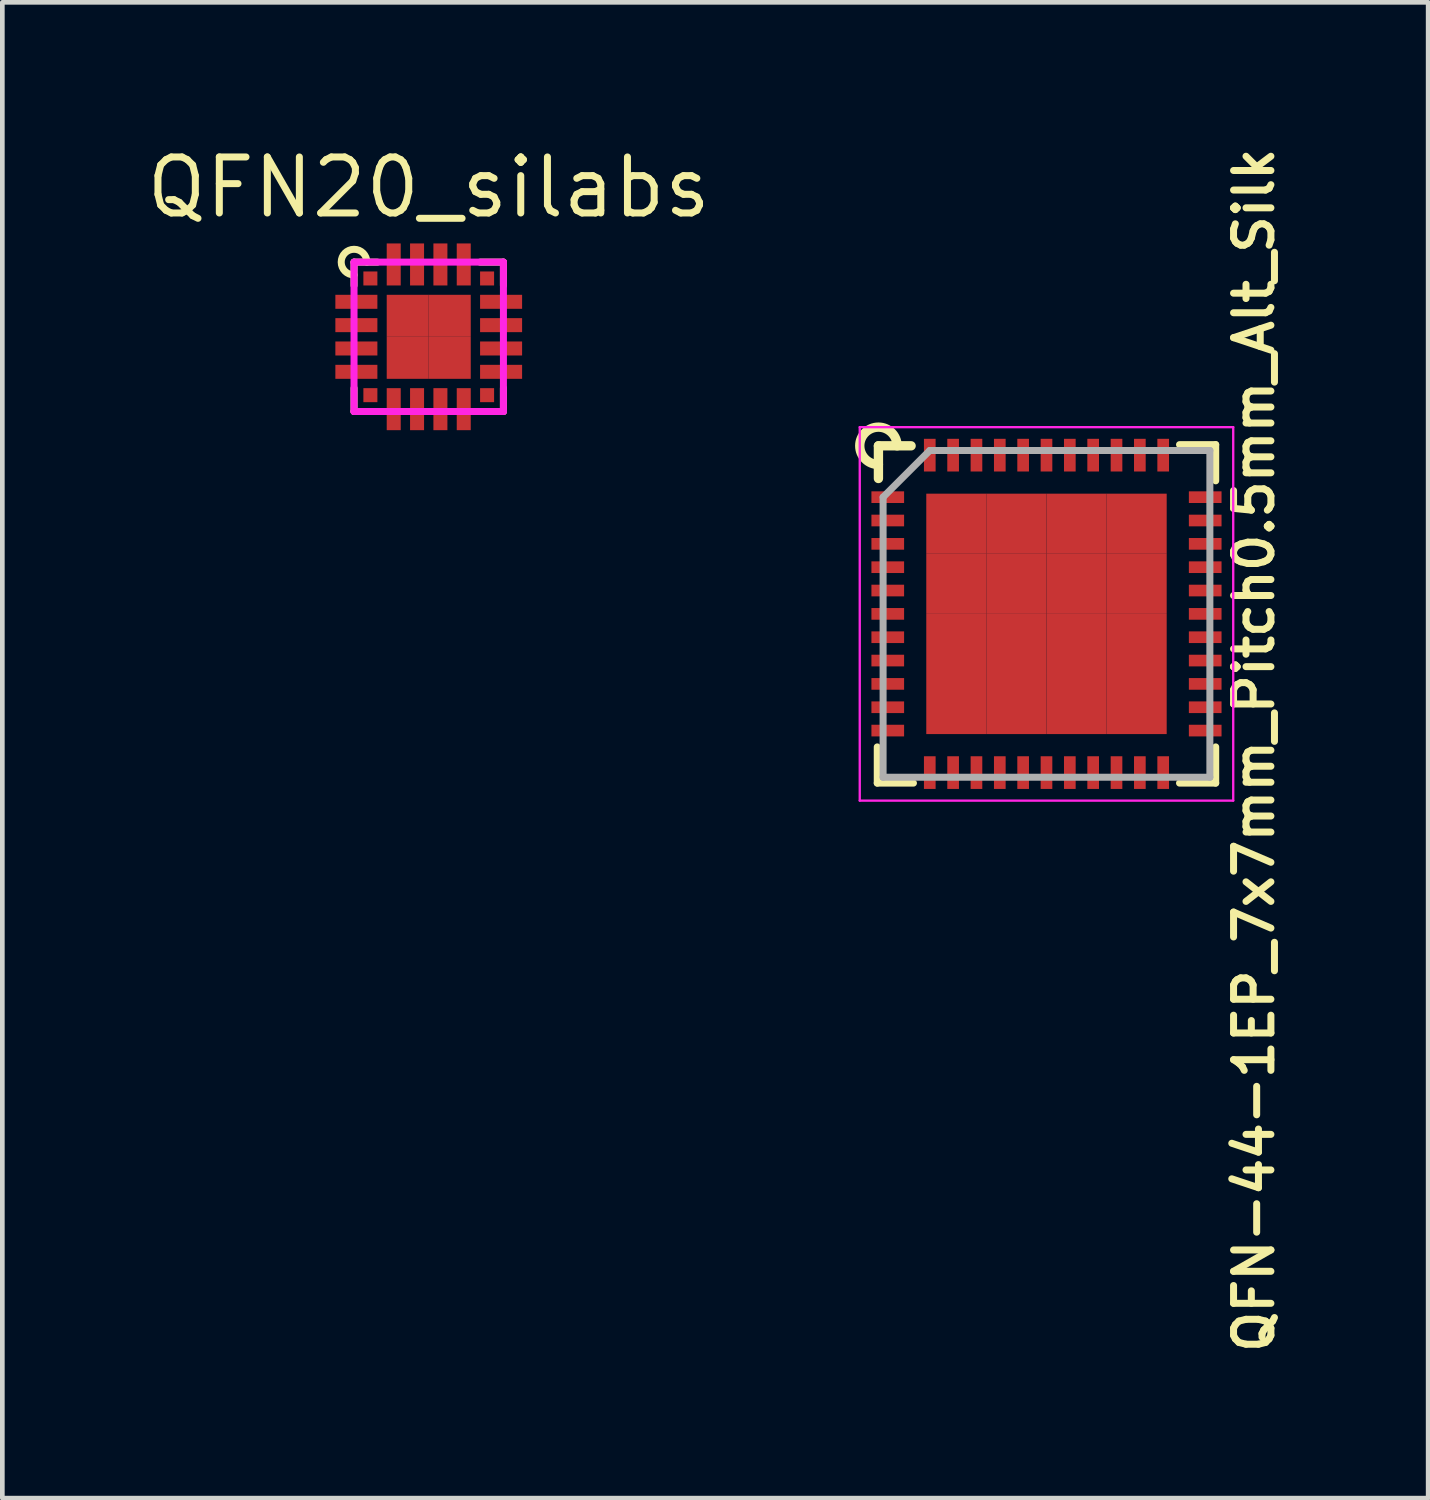
<source format=kicad_pcb>
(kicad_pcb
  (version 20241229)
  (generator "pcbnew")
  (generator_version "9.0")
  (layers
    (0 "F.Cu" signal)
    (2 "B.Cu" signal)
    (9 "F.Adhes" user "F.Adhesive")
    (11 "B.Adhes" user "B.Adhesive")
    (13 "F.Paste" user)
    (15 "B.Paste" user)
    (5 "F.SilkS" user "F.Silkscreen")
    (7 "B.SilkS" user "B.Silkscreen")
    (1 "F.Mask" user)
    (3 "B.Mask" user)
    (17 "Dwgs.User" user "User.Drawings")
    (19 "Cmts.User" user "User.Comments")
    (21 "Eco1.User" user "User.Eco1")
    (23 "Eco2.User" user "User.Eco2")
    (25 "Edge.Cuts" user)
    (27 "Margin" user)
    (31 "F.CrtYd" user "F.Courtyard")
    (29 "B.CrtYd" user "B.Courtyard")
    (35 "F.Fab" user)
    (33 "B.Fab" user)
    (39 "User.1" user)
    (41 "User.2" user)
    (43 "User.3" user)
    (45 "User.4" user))
  (footprint "QFN20_silabs"
    (layer "F.Cu")
    (at 6.134 4.165)
    (property "Reference" "QFN20_silabs" (at 0 -3.2 0) (layer "F.SilkS") (effects (font (size 1.2 1.2) (thickness 0.15))))
    (attr through_hole)
    (fp_line (start -1.6 -1.6) (end -1.6 -1.1) (stroke (width 0.15) (type solid)) (layer "F.SilkS"))
    (fp_line (start -1.6 1.1) (end -1.6 1.6) (stroke (width 0.15) (type solid)) (layer "F.SilkS"))
    (fp_line (start -1.6 1.6) (end -1.1 1.6) (stroke (width 0.15) (type solid)) (layer "F.SilkS"))
    (fp_line (start -1.1 -1.6) (end -1.6 -1.6) (stroke (width 0.15) (type solid)) (layer "F.SilkS"))
    (fp_line (start 1.1 1.6) (end 1.6 1.6) (stroke (width 0.15) (type solid)) (layer "F.SilkS"))
    (fp_line (start 1.6 -1.6) (end 1.1 -1.6) (stroke (width 0.15) (type solid)) (layer "F.SilkS"))
    (fp_line (start 1.6 -1.1) (end 1.6 -1.6) (stroke (width 0.15) (type solid)) (layer "F.SilkS"))
    (fp_line (start 1.6 1.6) (end 1.6 1.1) (stroke (width 0.15) (type solid)) (layer "F.SilkS"))
    (fp_arc (start -1.6 -1.325) (mid -1.794454 -1.794454) (end -1.325 -1.6) (stroke (width 0.15) (type solid)) (layer "F.SilkS"))
    (fp_line (start -1.6 -1.6) (end 1.6 -1.6) (stroke (width 0.15) (type solid)) (layer "F.CrtYd"))
    (fp_line (start -1.6 1.6) (end -1.6 -1.6) (stroke (width 0.15) (type solid)) (layer "F.CrtYd"))
    (fp_line (start 1.6 -1.6) (end 1.6 1.6) (stroke (width 0.15) (type solid)) (layer "F.CrtYd"))
    (fp_line (start 1.6 1.6) (end -1.6 1.6) (stroke (width 0.15) (type solid)) (layer "F.CrtYd"))
    (pad "1" smd rect (at -1.25 -1.25) (size 0.3 0.3) (layers "F.Cu" "F.Mask" "F.Paste"))
    (pad "2" smd rect (at -1.55 -0.75 90) (size 0.3 0.9) (layers "F.Cu" "F.Mask" "F.Paste"))
    (pad "3" smd rect (at -1.55 -0.25 90) (size 0.3 0.9) (layers "F.Cu" "F.Mask" "F.Paste"))
    (pad "4" smd rect (at -1.55 0.25 90) (size 0.3 0.9) (layers "F.Cu" "F.Mask" "F.Paste"))
    (pad "5" smd rect (at -1.55 0.75 90) (size 0.3 0.9) (layers "F.Cu" "F.Mask" "F.Paste"))
    (pad "6" smd rect (at -1.25 1.25) (size 0.3 0.3) (layers "F.Cu" "F.Mask" "F.Paste"))
    (pad "7" smd rect (at -0.75 1.55) (size 0.3 0.9) (layers "F.Cu" "F.Mask" "F.Paste"))
    (pad "8" smd rect (at -0.25 1.55) (size 0.3 0.9) (layers "F.Cu" "F.Mask" "F.Paste"))
    (pad "9" smd rect (at 0.25 1.55) (size 0.3 0.9) (layers "F.Cu" "F.Mask" "F.Paste"))
    (pad "10" smd rect (at 0.75 1.55) (size 0.3 0.9) (layers "F.Cu" "F.Mask" "F.Paste"))
    (pad "11" smd rect (at 1.25 1.25) (size 0.3 0.3) (layers "F.Cu" "F.Mask" "F.Paste"))
    (pad "12" smd rect (at 1.55 0.75 90) (size 0.3 0.9) (layers "F.Cu" "F.Mask" "F.Paste"))
    (pad "13" smd rect (at 1.55 0.25 90) (size 0.3 0.9) (layers "F.Cu" "F.Mask" "F.Paste"))
    (pad "14" smd rect (at 1.55 -0.25 90) (size 0.3 0.9) (layers "F.Cu" "F.Mask" "F.Paste"))
    (pad "15" smd rect (at 1.55 -0.75 90) (size 0.3 0.9) (layers "F.Cu" "F.Mask" "F.Paste"))
    (pad "16" smd rect (at 1.25 -1.25) (size 0.3 0.3) (layers "F.Cu" "F.Mask" "F.Paste"))
    (pad "17" smd rect (at 0.75 -1.55) (size 0.3 0.9) (layers "F.Cu" "F.Mask" "F.Paste"))
    (pad "18" smd rect (at 0.25 -1.55) (size 0.3 0.9) (layers "F.Cu" "F.Mask" "F.Paste"))
    (pad "19" smd rect (at -0.25 -1.55) (size 0.3 0.9) (layers "F.Cu" "F.Mask" "F.Paste"))
    (pad "20" smd rect (at -0.75 -1.55) (size 0.3 0.9) (layers "F.Cu" "F.Mask" "F.Paste"))
    (pad "21" smd rect (at -0.45 -0.45 90) (size 0.9 0.9) (layers "F.Cu" "F.Mask" "F.Paste"))
    (pad "21" smd rect (at -0.45 0.45 90) (size 0.9 0.9) (layers "F.Cu" "F.Mask" "F.Paste"))
    (pad "21" smd rect (at 0.45 -0.45 90) (size 0.9 0.9) (layers "F.Cu" "F.Mask" "F.Paste"))
    (pad "21" smd rect (at 0.45 0.45 90) (size 0.9 0.9) (layers "F.Cu" "F.Mask" "F.Paste")))
  (footprint "QFN-44-1EP_7x7mm_Pitch0.5mm_Alt_Silk"
    (layer "F.Cu")
    (at 19.367 10.1)
    (property "Reference" "QFN-44-1EP_7x7mm_Pitch0.5mm_Alt_Silk" (at 4.445 2.921 90) (layer "F.SilkS") (effects (font (size 0.8 0.8) (thickness 0.15))))
    (attr smd)
    (fp_line (start -3.625 3.625) (end -3.625 2.85) (stroke (width 0.15) (type solid)) (layer "F.SilkS"))
    (fp_line (start -3.625 3.625) (end -2.85 3.625) (stroke (width 0.15) (type solid)) (layer "F.SilkS"))
    (fp_line (start -3.6 -3.6) (end -3.6 -2.9) (stroke (width 0.2) (type solid)) (layer "F.SilkS"))
    (fp_line (start -2.9 -3.6) (end -3.6 -3.6) (stroke (width 0.2) (type solid)) (layer "F.SilkS"))
    (fp_line (start 3.625 -3.625) (end 2.85 -3.625) (stroke (width 0.15) (type solid)) (layer "F.SilkS"))
    (fp_line (start 3.625 -3.625) (end 3.625 -2.85) (stroke (width 0.15) (type solid)) (layer "F.SilkS"))
    (fp_line (start 3.625 3.625) (end 2.85 3.625) (stroke (width 0.15) (type solid)) (layer "F.SilkS"))
    (fp_line (start 3.625 3.625) (end 3.625 2.85) (stroke (width 0.15) (type solid)) (layer "F.SilkS"))
    (fp_arc (start -3.6 -3.2) (mid -3.882843 -3.882843) (end -3.2 -3.6) (stroke (width 0.2) (type solid)) (layer "F.SilkS"))
    (fp_line (start -4 -4) (end -4 4) (stroke (width 0.05) (type solid)) (layer "F.CrtYd"))
    (fp_line (start -4 -4) (end 4 -4) (stroke (width 0.05) (type solid)) (layer "F.CrtYd"))
    (fp_line (start -4 4) (end 4 4) (stroke (width 0.05) (type solid)) (layer "F.CrtYd"))
    (fp_line (start 4 -4) (end 4 4) (stroke (width 0.05) (type solid)) (layer "F.CrtYd"))
    (fp_line (start -3.5 -2.5) (end -2.5 -3.5) (stroke (width 0.15) (type solid)) (layer "F.Fab"))
    (fp_line (start -3.5 3.5) (end -3.5 -2.5) (stroke (width 0.15) (type solid)) (layer "F.Fab"))
    (fp_line (start -2.5 -3.5) (end 3.5 -3.5) (stroke (width 0.15) (type solid)) (layer "F.Fab"))
    (fp_line (start 3.5 -3.5) (end 3.5 3.5) (stroke (width 0.15) (type solid)) (layer "F.Fab"))
    (fp_line (start 3.5 3.5) (end -3.5 3.5) (stroke (width 0.15) (type solid)) (layer "F.Fab"))
    (pad "1" smd rect (at -3.4 -2.5) (size 0.7 0.25) (layers "F.Cu" "F.Mask" "F.Paste"))
    (pad "2" smd rect (at -3.4 -2) (size 0.7 0.25) (layers "F.Cu" "F.Mask" "F.Paste"))
    (pad "3" smd rect (at -3.4 -1.5) (size 0.7 0.25) (layers "F.Cu" "F.Mask" "F.Paste"))
    (pad "4" smd rect (at -3.4 -1) (size 0.7 0.25) (layers "F.Cu" "F.Mask" "F.Paste"))
    (pad "5" smd rect (at -3.4 -0.5) (size 0.7 0.25) (layers "F.Cu" "F.Mask" "F.Paste"))
    (pad "6" smd rect (at -3.4 0) (size 0.7 0.25) (layers "F.Cu" "F.Mask" "F.Paste"))
    (pad "7" smd rect (at -3.4 0.5) (size 0.7 0.25) (layers "F.Cu" "F.Mask" "F.Paste"))
    (pad "8" smd rect (at -3.4 1) (size 0.7 0.25) (layers "F.Cu" "F.Mask" "F.Paste"))
    (pad "9" smd rect (at -3.4 1.5) (size 0.7 0.25) (layers "F.Cu" "F.Mask" "F.Paste"))
    (pad "10" smd rect (at -3.4 2) (size 0.7 0.25) (layers "F.Cu" "F.Mask" "F.Paste"))
    (pad "11" smd rect (at -3.4 2.5) (size 0.7 0.25) (layers "F.Cu" "F.Mask" "F.Paste"))
    (pad "12" smd rect (at -2.5 3.4 90) (size 0.7 0.25) (layers "F.Cu" "F.Mask" "F.Paste"))
    (pad "13" smd rect (at -2 3.4 90) (size 0.7 0.25) (layers "F.Cu" "F.Mask" "F.Paste"))
    (pad "14" smd rect (at -1.5 3.4 90) (size 0.7 0.25) (layers "F.Cu" "F.Mask" "F.Paste"))
    (pad "15" smd rect (at -1 3.4 90) (size 0.7 0.25) (layers "F.Cu" "F.Mask" "F.Paste"))
    (pad "16" smd rect (at -0.5 3.4 90) (size 0.7 0.25) (layers "F.Cu" "F.Mask" "F.Paste"))
    (pad "17" smd rect (at 0 3.4 90) (size 0.7 0.25) (layers "F.Cu" "F.Mask" "F.Paste"))
    (pad "18" smd rect (at 0.5 3.4 90) (size 0.7 0.25) (layers "F.Cu" "F.Mask" "F.Paste"))
    (pad "19" smd rect (at 1 3.4 90) (size 0.7 0.25) (layers "F.Cu" "F.Mask" "F.Paste"))
    (pad "20" smd rect (at 1.5 3.4 90) (size 0.7 0.25) (layers "F.Cu" "F.Mask" "F.Paste"))
    (pad "21" smd rect (at 2 3.4 90) (size 0.7 0.25) (layers "F.Cu" "F.Mask" "F.Paste"))
    (pad "22" smd rect (at 2.5 3.4 90) (size 0.7 0.25) (layers "F.Cu" "F.Mask" "F.Paste"))
    (pad "23" smd rect (at 3.4 2.5) (size 0.7 0.25) (layers "F.Cu" "F.Mask" "F.Paste"))
    (pad "24" smd rect (at 3.4 2) (size 0.7 0.25) (layers "F.Cu" "F.Mask" "F.Paste"))
    (pad "25" smd rect (at 3.4 1.5) (size 0.7 0.25) (layers "F.Cu" "F.Mask" "F.Paste"))
    (pad "26" smd rect (at 3.4 1) (size 0.7 0.25) (layers "F.Cu" "F.Mask" "F.Paste"))
    (pad "27" smd rect (at 3.4 0.5) (size 0.7 0.25) (layers "F.Cu" "F.Mask" "F.Paste"))
    (pad "28" smd rect (at 3.4 0) (size 0.7 0.25) (layers "F.Cu" "F.Mask" "F.Paste"))
    (pad "29" smd rect (at 3.4 -0.5) (size 0.7 0.25) (layers "F.Cu" "F.Mask" "F.Paste"))
    (pad "30" smd rect (at 3.4 -1) (size 0.7 0.25) (layers "F.Cu" "F.Mask" "F.Paste"))
    (pad "31" smd rect (at 3.4 -1.5) (size 0.7 0.25) (layers "F.Cu" "F.Mask" "F.Paste"))
    (pad "32" smd rect (at 3.4 -2) (size 0.7 0.25) (layers "F.Cu" "F.Mask" "F.Paste"))
    (pad "33" smd rect (at 3.4 -2.5) (size 0.7 0.25) (layers "F.Cu" "F.Mask" "F.Paste"))
    (pad "34" smd rect (at 2.5 -3.4 90) (size 0.7 0.25) (layers "F.Cu" "F.Mask" "F.Paste"))
    (pad "35" smd rect (at 2 -3.4 90) (size 0.7 0.25) (layers "F.Cu" "F.Mask" "F.Paste"))
    (pad "36" smd rect (at 1.5 -3.4 90) (size 0.7 0.25) (layers "F.Cu" "F.Mask" "F.Paste"))
    (pad "37" smd rect (at 1 -3.4 90) (size 0.7 0.25) (layers "F.Cu" "F.Mask" "F.Paste"))
    (pad "38" smd rect (at 0.5 -3.4 90) (size 0.7 0.25) (layers "F.Cu" "F.Mask" "F.Paste"))
    (pad "39" smd rect (at 0 -3.4 90) (size 0.7 0.25) (layers "F.Cu" "F.Mask" "F.Paste"))
    (pad "40" smd rect (at -0.5 -3.4 90) (size 0.7 0.25) (layers "F.Cu" "F.Mask" "F.Paste"))
    (pad "41" smd rect (at -1 -3.4 90) (size 0.7 0.25) (layers "F.Cu" "F.Mask" "F.Paste"))
    (pad "42" smd rect (at -1.5 -3.4 90) (size 0.7 0.25) (layers "F.Cu" "F.Mask" "F.Paste"))
    (pad "43" smd rect (at -2 -3.4 90) (size 0.7 0.25) (layers "F.Cu" "F.Mask" "F.Paste"))
    (pad "44" smd rect (at -2.5 -3.4 90) (size 0.7 0.25) (layers "F.Cu" "F.Mask" "F.Paste"))
    (pad "45" smd rect (at -1.931 -1.931) (size 1.288 1.288) (layers "F.Cu" "F.Mask" "F.Paste"))
    (pad "45" smd rect (at -1.931 -0.644) (size 1.288 1.288) (layers "F.Cu" "F.Mask" "F.Paste"))
    (pad "45" smd rect (at -1.931 0.644) (size 1.288 1.288) (layers "F.Cu" "F.Mask" "F.Paste"))
    (pad "45" smd rect (at -1.931 1.931) (size 1.288 1.288) (layers "F.Cu" "F.Mask" "F.Paste"))
    (pad "45" smd rect (at -0.644 -1.931) (size 1.288 1.288) (layers "F.Cu" "F.Mask" "F.Paste"))
    (pad "45" smd rect (at -0.644 -0.644) (size 1.288 1.288) (layers "F.Cu" "F.Mask" "F.Paste"))
    (pad "45" smd rect (at -0.644 0.644) (size 1.288 1.288) (layers "F.Cu" "F.Mask" "F.Paste"))
    (pad "45" smd rect (at -0.644 1.931) (size 1.288 1.288) (layers "F.Cu" "F.Mask" "F.Paste"))
    (pad "45" smd rect (at 0.644 -1.931) (size 1.288 1.288) (layers "F.Cu" "F.Mask" "F.Paste"))
    (pad "45" smd rect (at 0.644 -0.644) (size 1.288 1.288) (layers "F.Cu" "F.Mask" "F.Paste"))
    (pad "45" smd rect (at 0.644 0.644) (size 1.288 1.288) (layers "F.Cu" "F.Mask" "F.Paste"))
    (pad "45" smd rect (at 0.644 1.931) (size 1.288 1.288) (layers "F.Cu" "F.Mask" "F.Paste"))
    (pad "45" smd rect (at 1.931 -1.931) (size 1.288 1.288) (layers "F.Cu" "F.Mask" "F.Paste"))
    (pad "45" smd rect (at 1.931 -0.644) (size 1.288 1.288) (layers "F.Cu" "F.Mask" "F.Paste"))
    (pad "45" smd rect (at 1.931 0.644) (size 1.288 1.288) (layers "F.Cu" "F.Mask" "F.Paste"))
    (pad "45" smd rect (at 1.931 1.931) (size 1.288 1.288) (layers "F.Cu" "F.Mask" "F.Paste")))
  (gr_rect
    (start -3 -3)
    (end 27.543 29.042)
    (stroke (width 0.1) (type default))
    (fill no)
    (layer "Edge.Cuts")))
</source>
